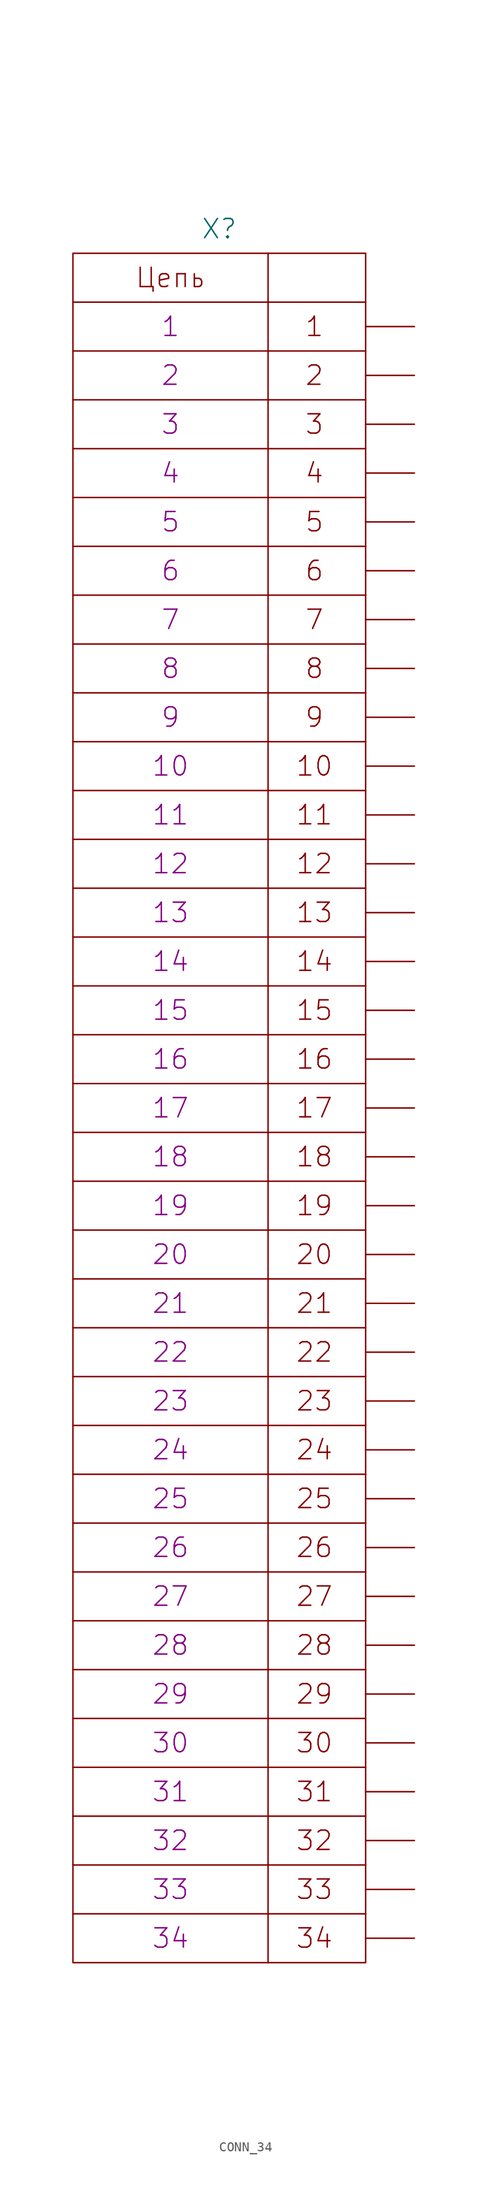
<source format=kicad_sym>
(kicad_symbol_lib
  (version 20231120)
  (generator "kicad_symbol_editor")
  (generator_version "8.0")
  (symbol "CONN_34"
    (pin_numbers hide)
    (pin_names
      (offset 0) hide)
    (property "Reference" "X"
      (at 0 91.44 0)
      (effects (font (size 2.007 2.007))))
    (property "PIN1" "1"
      (at -5.08 81.28 0)
      (effects (font (size 2.007 2.007))))
    (property "PIN2" "2"
      (at -5.08 76.2 0)
      (effects (font (size 2.007 2.007))))
    (property "PIN3" "3"
      (at -5.08 71.12 0)
      (effects (font (size 2.007 2.007))))
    (property "PIN4" "4"
      (at -5.08 66.04 0)
      (effects (font (size 2.007 2.007))))
    (property "PIN5" "5"
      (at -5.08 60.96 0)
      (effects (font (size 2.007 2.007))))
    (property "PIN6" "6"
      (at -5.08 55.88 0)
      (effects (font (size 2.007 2.007))))
    (property "PIN7" "7"
      (at -5.08 50.8 0)
      (effects (font (size 2.007 2.007))))
    (property "PIN8" "8"
      (at -5.08 45.72 0)
      (effects (font (size 2.007 2.007))))
    (property "PIN9" "9"
      (at -5.08 40.64 0)
      (effects (font (size 2.007 2.007))))
    (property "PIN10" "10"
      (at -5.08 35.56 0)
      (effects (font (size 2.007 2.007))))
    (property "PIN11" "11"
      (at -5.08 30.48 0)
      (effects (font (size 2.007 2.007))))
    (property "PIN12" "12"
      (at -5.08 25.4 0)
      (effects (font (size 2.007 2.007))))
    (property "PIN13" "13"
      (at -5.08 20.32 0)
      (effects (font (size 2.007 2.007))))
    (property "PIN14" "14"
      (at -5.08 15.24 0)
      (effects (font (size 2.007 2.007))))
    (property "PIN15" "15"
      (at -5.08 10.16 0)
      (effects (font (size 2.007 2.007))))
    (property "PIN16" "16"
      (at -5.08 5.08 0)
      (effects (font (size 2.007 2.007))))
    (property "PIN17" "17"
      (at -5.08 0 0)
      (effects (font (size 2.007 2.007))))
    (property "PIN18" "18"
      (at -5.08 -5.08 0)
      (effects (font (size 2.007 2.007))))
    (property "PIN19" "19"
      (at -5.08 -10.16 0)
      (effects (font (size 2.007 2.007))))
    (property "PIN20" "20"
      (at -5.08 -15.24 0)
      (effects (font (size 2.007 2.007))))
    (property "PIN21" "21"
      (at -5.08 -20.32 0)
      (effects (font (size 2.007 2.007))))
    (property "PIN22" "22"
      (at -5.08 -25.4 0)
      (effects (font (size 2.007 2.007))))
    (property "PIN23" "23"
      (at -5.08 -30.48 0)
      (effects (font (size 2.007 2.007))))
    (property "PIN24" "24"
      (at -5.08 -35.56 0)
      (effects (font (size 2.007 2.007))))
    (property "PIN25" "25"
      (at -5.08 -40.64 0)
      (effects (font (size 2.007 2.007))))
    (property "PIN26" "26"
      (at -5.08 -45.72 0)
      (effects (font (size 2.007 2.007))))
    (property "PIN27" "27"
      (at -5.08 -50.8 0)
      (effects (font (size 2.007 2.007))))
    (property "PIN28" "28"
      (at -5.08 -55.88 0)
      (effects (font (size 2.007 2.007))))
    (property "PIN29" "29"
      (at -5.08 -60.96 0)
      (effects (font (size 2.007 2.007))))
    (property "PIN30" "30"
      (at -5.08 -66.04 0)
      (effects (font (size 2.007 2.007))))
    (property "PIN31" "31"
      (at -5.08 -71.12 0)
      (effects (font (size 2.007 2.007))))
    (property "PIN32" "32"
      (at -5.08 -76.2 0)
      (effects (font (size 2.007 2.007))))
    (property "PIN33" "33"
      (at -5.08 -81.28 0)
      (effects (font (size 2.007 2.007))))
    (property "PIN34" "34"
      (at -5.08 -86.36 0)
      (effects (font (size 2.007 2.007))))
    (symbol "CONN_34_0_0"
      (polyline (pts (xy -15.24 -83.82) (xy 15.24 -83.82)) (stroke (width 0) (type solid)) (fill (type none)))
      (polyline (pts (xy -15.24 -78.74) (xy 15.24 -78.74)) (stroke (width 0) (type solid)) (fill (type none)))
      (polyline (pts (xy -15.24 -73.66) (xy 15.24 -73.66)) (stroke (width 0) (type solid)) (fill (type none)))
      (polyline (pts (xy -15.24 -68.58) (xy 15.24 -68.58)) (stroke (width 0) (type solid)) (fill (type none)))
      (polyline (pts (xy -15.24 -63.5) (xy 15.24 -63.5)) (stroke (width 0) (type solid)) (fill (type none)))
      (polyline (pts (xy -15.24 -58.42) (xy 15.24 -58.42)) (stroke (width 0) (type solid)) (fill (type none)))
      (polyline (pts (xy -15.24 -53.34) (xy 15.24 -53.34)) (stroke (width 0) (type solid)) (fill (type none)))
      (polyline (pts (xy -15.24 -48.26) (xy 15.24 -48.26)) (stroke (width 0) (type solid)) (fill (type none)))
      (polyline (pts (xy -15.24 -43.18) (xy 15.24 -43.18)) (stroke (width 0) (type solid)) (fill (type none)))
      (polyline (pts (xy -15.24 -38.1) (xy 15.24 -38.1)) (stroke (width 0) (type solid)) (fill (type none)))
      (polyline (pts (xy -15.24 -33.02) (xy 15.24 -33.02)) (stroke (width 0) (type solid)) (fill (type none)))
      (polyline (pts (xy -15.24 -27.94) (xy 15.24 -27.94)) (stroke (width 0) (type solid)) (fill (type none)))
      (polyline (pts (xy -15.24 -22.86) (xy 15.24 -22.86)) (stroke (width 0) (type solid)) (fill (type none)))
      (polyline (pts (xy -15.24 -17.78) (xy 15.24 -17.78)) (stroke (width 0) (type solid)) (fill (type none)))
      (polyline (pts (xy -15.24 -12.7) (xy 15.24 -12.7)) (stroke (width 0) (type solid)) (fill (type none)))
      (polyline (pts (xy -15.24 -7.62) (xy 15.24 -7.62)) (stroke (width 0) (type solid)) (fill (type none)))
      (polyline (pts (xy -15.24 -2.54) (xy 15.24 -2.54)) (stroke (width 0) (type solid)) (fill (type none)))
      (polyline (pts (xy -15.24 2.54) (xy 15.24 2.54)) (stroke (width 0) (type solid)) (fill (type none)))
      (polyline (pts (xy -15.24 7.62) (xy 15.24 7.62)) (stroke (width 0) (type solid)) (fill (type none)))
      (polyline (pts (xy -15.24 12.7) (xy 15.24 12.7)) (stroke (width 0) (type solid)) (fill (type none)))
      (polyline (pts (xy -15.24 17.78) (xy 15.24 17.78)) (stroke (width 0) (type solid)) (fill (type none)))
      (polyline (pts (xy -15.24 22.86) (xy 15.24 22.86)) (stroke (width 0) (type solid)) (fill (type none)))
      (polyline (pts (xy -15.24 27.94) (xy 15.24 27.94)) (stroke (width 0) (type solid)) (fill (type none)))
      (polyline (pts (xy -15.24 33.02) (xy 15.24 33.02)) (stroke (width 0) (type solid)) (fill (type none)))
      (polyline (pts (xy -15.24 38.1) (xy 15.24 38.1)) (stroke (width 0) (type solid)) (fill (type none)))
      (polyline (pts (xy -15.24 43.18) (xy 15.24 43.18)) (stroke (width 0) (type solid)) (fill (type none)))
      (polyline (pts (xy -15.24 48.26) (xy 15.24 48.26)) (stroke (width 0) (type solid)) (fill (type none)))
      (polyline (pts (xy -15.24 53.34) (xy 15.24 53.34)) (stroke (width 0) (type solid)) (fill (type none)))
      (polyline (pts (xy -15.24 58.42) (xy 15.24 58.42)) (stroke (width 0) (type solid)) (fill (type none)))
      (polyline (pts (xy -15.24 63.5) (xy 15.24 63.5)) (stroke (width 0) (type solid)) (fill (type none)))
      (polyline (pts (xy -15.24 68.58) (xy 15.24 68.58)) (stroke (width 0) (type solid)) (fill (type none)))
      (polyline (pts (xy -15.24 73.66) (xy 15.24 73.66)) (stroke (width 0) (type solid)) (fill (type none)))
      (polyline (pts (xy -15.24 78.74) (xy 15.24 78.74)) (stroke (width 0) (type solid)) (fill (type none)))
      (polyline (pts (xy -15.24 83.82) (xy 15.24 83.82)) (stroke (width 0) (type solid)) (fill (type none)))
      (polyline (pts (xy 5.08 88.9) (xy 5.08 -88.9)) (stroke (width 0) (type solid)) (fill (type none)))
      (rectangle (start 15.24 88.9) (end -15.24 -88.9) (stroke (width 0) (type solid)) (fill (type none))))
    (symbol "CONN_34_1_1"
      (text "1" (at 9.906 81.28 0) (effects (font (size 2.007 2.007))))
      (text "10" (at 9.906 35.56 0) (effects (font (size 2.007 2.007))))
      (text "11" (at 9.906 30.48 0) (effects (font (size 2.007 2.007))))
      (text "12" (at 9.906 25.4 0) (effects (font (size 2.007 2.007))))
      (text "13" (at 9.906 20.32 0) (effects (font (size 2.007 2.007))))
      (text "14" (at 9.906 15.24 0) (effects (font (size 2.007 2.007))))
      (text "15" (at 9.906 10.16 0) (effects (font (size 2.007 2.007))))
      (text "16" (at 9.906 5.08 0) (effects (font (size 2.007 2.007))))
      (text "17" (at 9.906 0 0) (effects (font (size 2.007 2.007))))
      (text "18" (at 9.906 -5.08 0) (effects (font (size 2.007 2.007))))
      (text "19" (at 9.906 -10.16 0) (effects (font (size 2.007 2.007))))
      (text "2" (at 9.906 76.2 0) (effects (font (size 2.007 2.007))))
      (text "20" (at 9.906 -15.24 0) (effects (font (size 2.007 2.007))))
      (text "21" (at 9.906 -20.32 0) (effects (font (size 2.007 2.007))))
      (text "22" (at 9.906 -25.4 0) (effects (font (size 2.007 2.007))))
      (text "23" (at 9.906 -30.48 0) (effects (font (size 2.007 2.007))))
      (text "24" (at 9.906 -35.56 0) (effects (font (size 2.007 2.007))))
      (text "25" (at 9.906 -40.64 0) (effects (font (size 2.007 2.007))))
      (text "26" (at 9.906 -45.72 0) (effects (font (size 2.007 2.007))))
      (text "27" (at 9.906 -50.8 0) (effects (font (size 2.007 2.007))))
      (text "28" (at 9.906 -55.88 0) (effects (font (size 2.007 2.007))))
      (text "29" (at 9.906 -60.96 0) (effects (font (size 2.007 2.007))))
      (text "3" (at 9.906 71.12 0) (effects (font (size 2.007 2.007))))
      (text "30" (at 9.906 -66.04 0) (effects (font (size 2.007 2.007))))
      (text "31" (at 9.906 -71.12 0) (effects (font (size 2.007 2.007))))
      (text "32" (at 9.906 -76.2 0) (effects (font (size 2.007 2.007))))
      (text "33" (at 9.906 -81.28 0) (effects (font (size 2.007 2.007))))
      (text "34" (at 9.906 -86.36 0) (effects (font (size 2.007 2.007))))
      (text "4" (at 9.906 66.04 0) (effects (font (size 2.007 2.007))))
      (text "5" (at 9.906 60.96 0) (effects (font (size 2.007 2.007))))
      (text "6" (at 9.906 55.88 0) (effects (font (size 2.007 2.007))))
      (text "7" (at 9.906 50.8 0) (effects (font (size 2.007 2.007))))
      (text "8" (at 9.906 45.72 0) (effects (font (size 2.007 2.007))))
      (text "9" (at 9.906 40.64 0) (effects (font (size 2.007 2.007))))
      (text "Цепь" (at -5.08 86.36 0) (effects (font (size 2.007 2.007))))
      (pin passive line (at 20.32 81.28 180) (length 5.08) (name "1" (effects (font (size 2.007 2.007)))) (number "1" (effects (font (size 2.007 2.007)))))
      (pin passive line (at 20.32 35.56 180) (length 5.08) (name "10" (effects (font (size 2.007 2.007)))) (number "10" (effects (font (size 2.007 2.007)))))
      (pin passive line (at 20.32 30.48 180) (length 5.08) (name "11" (effects (font (size 2.007 2.007)))) (number "11" (effects (font (size 2.007 2.007)))))
      (pin passive line (at 20.32 25.4 180) (length 5.08) (name "12" (effects (font (size 2.007 2.007)))) (number "12" (effects (font (size 2.007 2.007)))))
      (pin passive line (at 20.32 20.32 180) (length 5.08) (name "13" (effects (font (size 2.007 2.007)))) (number "13" (effects (font (size 2.007 2.007)))))
      (pin passive line (at 20.32 15.24 180) (length 5.08) (name "14" (effects (font (size 2.007 2.007)))) (number "14" (effects (font (size 2.007 2.007)))))
      (pin passive line (at 20.32 10.16 180) (length 5.08) (name "15" (effects (font (size 2.007 2.007)))) (number "15" (effects (font (size 2.007 2.007)))))
      (pin passive line (at 20.32 5.08 180) (length 5.08) (name "16" (effects (font (size 2.007 2.007)))) (number "16" (effects (font (size 2.007 2.007)))))
      (pin passive line (at 20.32 0 180) (length 5.08) (name "17" (effects (font (size 2.007 2.007)))) (number "17" (effects (font (size 2.007 2.007)))))
      (pin passive line (at 20.32 -5.08 180) (length 5.08) (name "18" (effects (font (size 2.007 2.007)))) (number "18" (effects (font (size 2.007 2.007)))))
      (pin passive line (at 20.32 -10.16 180) (length 5.08) (name "19" (effects (font (size 2.007 2.007)))) (number "19" (effects (font (size 2.007 2.007)))))
      (pin passive line (at 20.32 76.2 180) (length 5.08) (name "2" (effects (font (size 2.007 2.007)))) (number "2" (effects (font (size 2.007 2.007)))))
      (pin passive line (at 20.32 -15.24 180) (length 5.08) (name "20" (effects (font (size 2.007 2.007)))) (number "20" (effects (font (size 2.007 2.007)))))
      (pin passive line (at 20.32 -20.32 180) (length 5.08) (name "21" (effects (font (size 2.007 2.007)))) (number "21" (effects (font (size 2.007 2.007)))))
      (pin passive line (at 20.32 -25.4 180) (length 5.08) (name "22" (effects (font (size 2.007 2.007)))) (number "22" (effects (font (size 2.007 2.007)))))
      (pin passive line (at 20.32 -30.48 180) (length 5.08) (name "23" (effects (font (size 2.007 2.007)))) (number "23" (effects (font (size 2.007 2.007)))))
      (pin passive line (at 20.32 -35.56 180) (length 5.08) (name "24" (effects (font (size 2.007 2.007)))) (number "24" (effects (font (size 2.007 2.007)))))
      (pin passive line (at 20.32 -40.64 180) (length 5.08) (name "25" (effects (font (size 2.007 2.007)))) (number "25" (effects (font (size 2.007 2.007)))))
      (pin passive line (at 20.32 -45.72 180) (length 5.08) (name "26" (effects (font (size 2.007 2.007)))) (number "26" (effects (font (size 2.007 2.007)))))
      (pin passive line (at 20.32 -50.8 180) (length 5.08) (name "27" (effects (font (size 2.007 2.007)))) (number "27" (effects (font (size 2.007 2.007)))))
      (pin passive line (at 20.32 -55.88 180) (length 5.08) (name "28" (effects (font (size 2.007 2.007)))) (number "28" (effects (font (size 2.007 2.007)))))
      (pin passive line (at 20.32 -60.96 180) (length 5.08) (name "29" (effects (font (size 2.007 2.007)))) (number "29" (effects (font (size 2.007 2.007)))))
      (pin passive line (at 20.32 71.12 180) (length 5.08) (name "3" (effects (font (size 2.007 2.007)))) (number "3" (effects (font (size 2.007 2.007)))))
      (pin passive line (at 20.32 -66.04 180) (length 5.08) (name "30" (effects (font (size 2.007 2.007)))) (number "30" (effects (font (size 2.007 2.007)))))
      (pin passive line (at 20.32 -71.12 180) (length 5.08) (name "31" (effects (font (size 2.007 2.007)))) (number "31" (effects (font (size 2.007 2.007)))))
      (pin passive line (at 20.32 -76.2 180) (length 5.08) (name "32" (effects (font (size 2.007 2.007)))) (number "32" (effects (font (size 2.007 2.007)))))
      (pin passive line (at 20.32 -81.28 180) (length 5.08) (name "33" (effects (font (size 2.007 2.007)))) (number "33" (effects (font (size 2.007 2.007)))))
      (pin passive line (at 20.32 -86.36 180) (length 5.08) (name "34" (effects (font (size 2.007 2.007)))) (number "34" (effects (font (size 2.007 2.007)))))
      (pin passive line (at 20.32 66.04 180) (length 5.08) (name "4" (effects (font (size 2.007 2.007)))) (number "4" (effects (font (size 2.007 2.007)))))
      (pin passive line (at 20.32 60.96 180) (length 5.08) (name "5" (effects (font (size 2.007 2.007)))) (number "5" (effects (font (size 2.007 2.007)))))
      (pin passive line (at 20.32 55.88 180) (length 5.08) (name "6" (effects (font (size 2.007 2.007)))) (number "6" (effects (font (size 2.007 2.007)))))
      (pin passive line (at 20.32 50.8 180) (length 5.08) (name "7" (effects (font (size 2.007 2.007)))) (number "7" (effects (font (size 2.007 2.007)))))
      (pin passive line (at 20.32 45.72 180) (length 5.08) (name "8" (effects (font (size 2.007 2.007)))) (number "8" (effects (font (size 2.007 2.007)))))
      (pin passive line (at 20.32 40.64 180) (length 5.08) (name "9" (effects (font (size 2.007 2.007)))) (number "9" (effects (font (size 2.007 2.007))))))))
</source>
